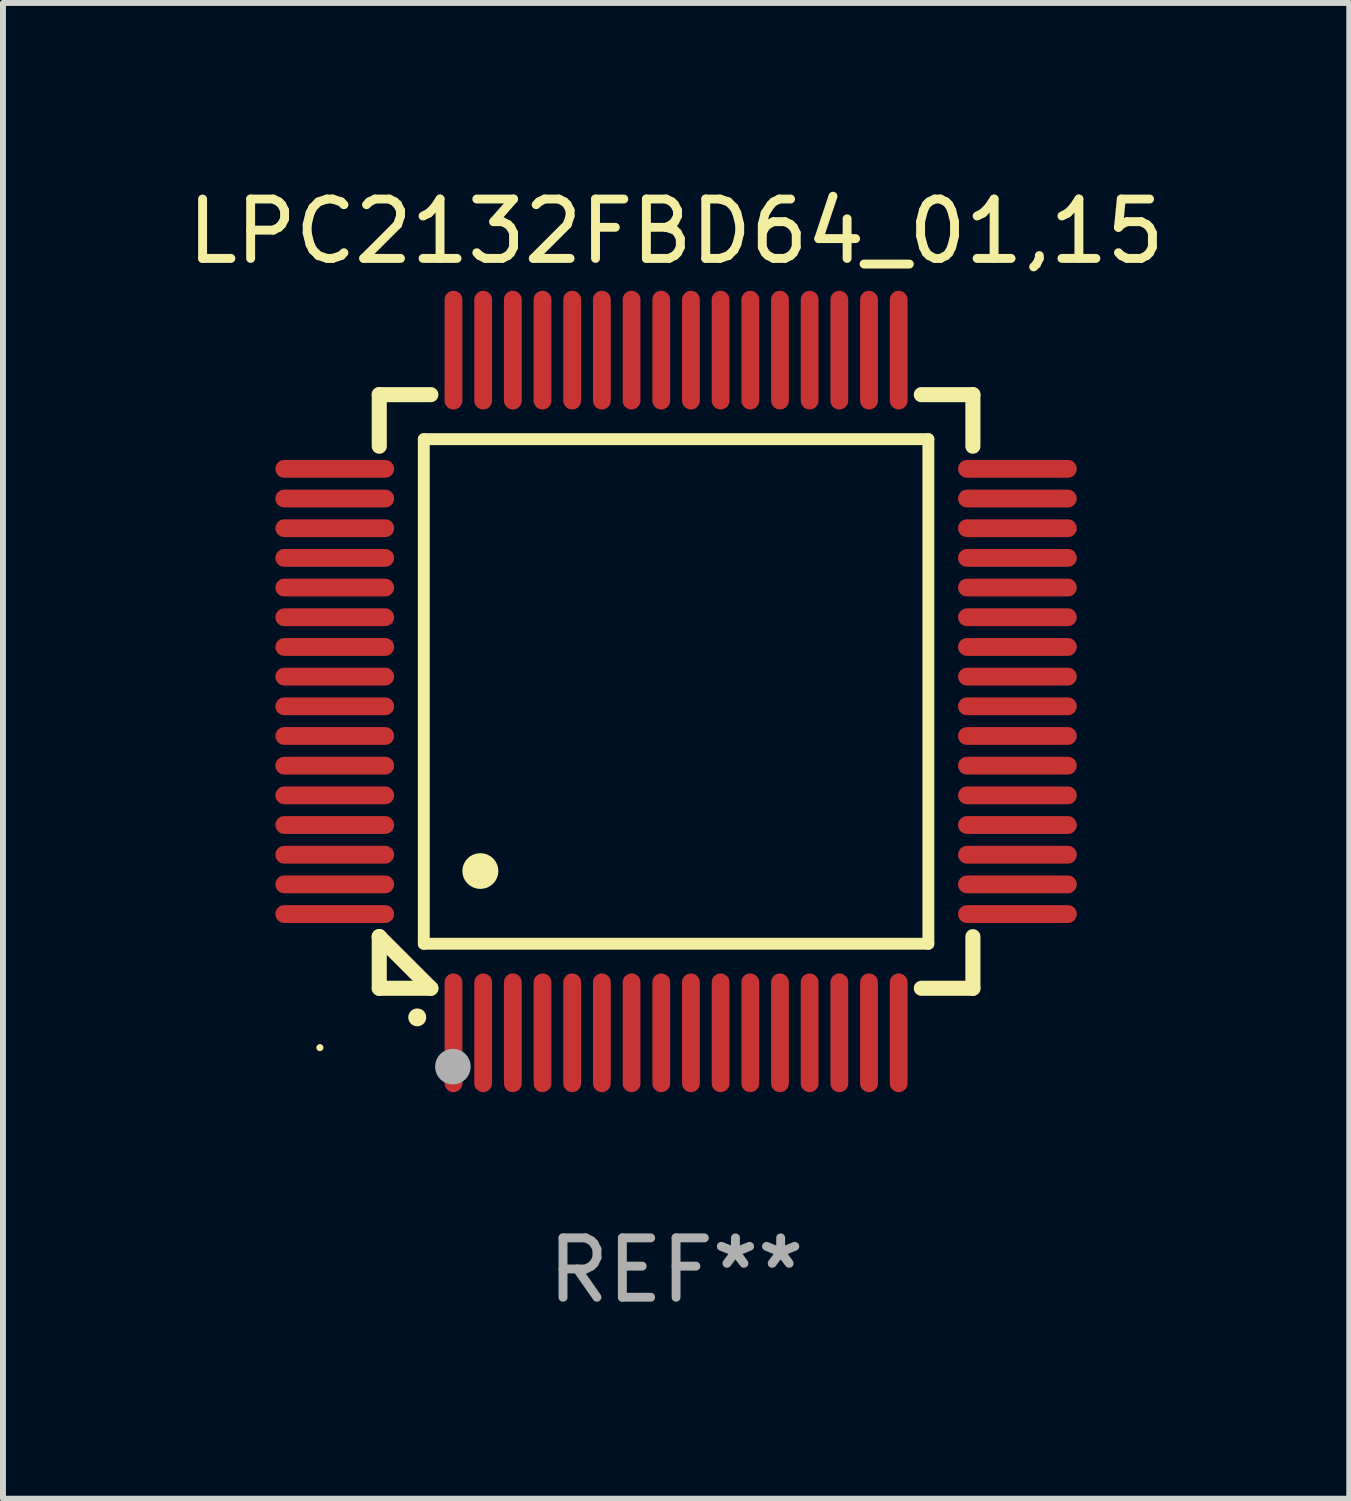
<source format=kicad_pcb>
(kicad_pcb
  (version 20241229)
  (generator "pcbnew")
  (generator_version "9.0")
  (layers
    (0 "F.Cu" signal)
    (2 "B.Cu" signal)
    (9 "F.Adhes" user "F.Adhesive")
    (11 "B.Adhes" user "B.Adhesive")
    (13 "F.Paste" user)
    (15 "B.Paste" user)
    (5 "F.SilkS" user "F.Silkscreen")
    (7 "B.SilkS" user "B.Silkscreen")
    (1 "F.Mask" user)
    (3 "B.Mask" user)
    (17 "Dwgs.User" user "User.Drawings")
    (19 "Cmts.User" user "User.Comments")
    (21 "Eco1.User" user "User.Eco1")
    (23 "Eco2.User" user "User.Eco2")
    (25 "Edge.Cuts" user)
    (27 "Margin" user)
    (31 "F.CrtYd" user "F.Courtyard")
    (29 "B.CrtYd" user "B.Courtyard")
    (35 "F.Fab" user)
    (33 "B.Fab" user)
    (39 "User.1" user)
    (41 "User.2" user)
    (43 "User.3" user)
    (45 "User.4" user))
  (footprint "LPC2132FBD64_01,15"
    (layer "F.Cu")
    (at 8.339 8.598)
    (property "Reference" "LPC2132FBD64_01,15" (at 0 -7.75 0) (layer "F.SilkS") (effects (font (size 1 1) (thickness 0.15))))
    (attr through_hole)
    (fp_line (start -5 -5) (end -4.131 -5) (stroke (width 0.254) (type solid)) (layer "F.SilkS"))
    (fp_line (start -5 -4.131) (end -5 -5) (stroke (width 0.254) (type solid)) (layer "F.SilkS"))
    (fp_line (start -5 4.131) (end -5 4.131) (stroke (width 0.254) (type solid)) (layer "F.SilkS"))
    (fp_line (start -5 5) (end -5 4.131) (stroke (width 0.254) (type solid)) (layer "F.SilkS"))
    (fp_line (start -5 4.131) (end -4.131 5) (stroke (width 0.254) (type solid)) (layer "F.SilkS"))
    (fp_line (start -4.25 -4.25) (end -4.25 4.25) (stroke (width 0.2) (type solid)) (layer "F.SilkS"))
    (fp_line (start -4.25 4.25) (end 4.25 4.25) (stroke (width 0.2) (type solid)) (layer "F.SilkS"))
    (fp_line (start -4.131 5) (end -5 5) (stroke (width 0.254) (type solid)) (layer "F.SilkS"))
    (fp_line (start 4.25 -4.25) (end -4.25 -4.25) (stroke (width 0.2) (type solid)) (layer "F.SilkS"))
    (fp_line (start 4.25 4.25) (end 4.25 -4.25) (stroke (width 0.2) (type solid)) (layer "F.SilkS"))
    (fp_line (start 5 -5) (end 4.131 -5) (stroke (width 0.254) (type solid)) (layer "F.SilkS"))
    (fp_line (start 5 -5) (end 5 -4.131) (stroke (width 0.254) (type solid)) (layer "F.SilkS"))
    (fp_line (start 5 4.131) (end 5 5) (stroke (width 0.254) (type solid)) (layer "F.SilkS"))
    (fp_line (start 5 5) (end 4.131 5) (stroke (width 0.254) (type solid)) (layer "F.SilkS"))
    (fp_arc (start -4.361265 5.489992) (mid -4.359995 5.489987) (end -4.358725 5.489992) (stroke (width 0.3) (type solid)) (layer "F.SilkS"))
    (fp_arc (start -3.299467 3.025146) (mid -3.296927 3.025135) (end -3.294387 3.025146) (stroke (width 0.6) (type solid)) (layer "F.SilkS"))
    (fp_circle (center -6 6) (end -5.97 6) (stroke (width 0.06) (type solid)) (fill no) (layer "F.SilkS"))
    (fp_circle (center -3.76 6.32) (end -3.61 6.32) (stroke (width 0.3) (type solid)) (fill no) (layer "F.Fab"))
    (fp_text user "REF**" (at 0 9.75 0) (layer "F.Fab") (effects (font (size 1 1) (thickness 0.15))))
    (pad "1" smd oval (at -3.75 5.75) (size 0.3 2) (layers "F.Cu" "F.Mask" "F.Paste"))
    (pad "2" smd oval (at -3.25 5.75) (size 0.3 2) (layers "F.Cu" "F.Mask" "F.Paste"))
    (pad "3" smd oval (at -2.75 5.75) (size 0.3 2) (layers "F.Cu" "F.Mask" "F.Paste"))
    (pad "4" smd oval (at -2.25 5.75) (size 0.3 2) (layers "F.Cu" "F.Mask" "F.Paste"))
    (pad "5" smd oval (at -1.75 5.75) (size 0.3 2) (layers "F.Cu" "F.Mask" "F.Paste"))
    (pad "6" smd oval (at -1.25 5.75) (size 0.3 2) (layers "F.Cu" "F.Mask" "F.Paste"))
    (pad "7" smd oval (at -0.75 5.75) (size 0.3 2) (layers "F.Cu" "F.Mask" "F.Paste"))
    (pad "8" smd oval (at -0.25 5.75) (size 0.3 2) (layers "F.Cu" "F.Mask" "F.Paste"))
    (pad "9" smd oval (at 0.25 5.75) (size 0.3 2) (layers "F.Cu" "F.Mask" "F.Paste"))
    (pad "10" smd oval (at 0.75 5.75) (size 0.3 2) (layers "F.Cu" "F.Mask" "F.Paste"))
    (pad "11" smd oval (at 1.25 5.75) (size 0.3 2) (layers "F.Cu" "F.Mask" "F.Paste"))
    (pad "12" smd oval (at 1.75 5.75) (size 0.3 2) (layers "F.Cu" "F.Mask" "F.Paste"))
    (pad "13" smd oval (at 2.25 5.75) (size 0.3 2) (layers "F.Cu" "F.Mask" "F.Paste"))
    (pad "14" smd oval (at 2.75 5.75) (size 0.3 2) (layers "F.Cu" "F.Mask" "F.Paste"))
    (pad "15" smd oval (at 3.25 5.75) (size 0.3 2) (layers "F.Cu" "F.Mask" "F.Paste"))
    (pad "16" smd oval (at 3.75 5.75) (size 0.3 2) (layers "F.Cu" "F.Mask" "F.Paste"))
    (pad "17" smd oval (at 5.75 3.75) (size 2 0.3) (layers "F.Cu" "F.Mask" "F.Paste"))
    (pad "18" smd oval (at 5.75 3.25) (size 2 0.3) (layers "F.Cu" "F.Mask" "F.Paste"))
    (pad "19" smd oval (at 5.75 2.75) (size 2 0.3) (layers "F.Cu" "F.Mask" "F.Paste"))
    (pad "20" smd oval (at 5.75 2.25) (size 2 0.3) (layers "F.Cu" "F.Mask" "F.Paste"))
    (pad "21" smd oval (at 5.75 1.75) (size 2 0.3) (layers "F.Cu" "F.Mask" "F.Paste"))
    (pad "22" smd oval (at 5.75 1.25) (size 2 0.3) (layers "F.Cu" "F.Mask" "F.Paste"))
    (pad "23" smd oval (at 5.75 0.75) (size 2 0.3) (layers "F.Cu" "F.Mask" "F.Paste"))
    (pad "24" smd oval (at 5.75 0.25) (size 2 0.3) (layers "F.Cu" "F.Mask" "F.Paste"))
    (pad "25" smd oval (at 5.75 -0.25) (size 2 0.3) (layers "F.Cu" "F.Mask" "F.Paste"))
    (pad "26" smd oval (at 5.75 -0.75) (size 2 0.3) (layers "F.Cu" "F.Mask" "F.Paste"))
    (pad "27" smd oval (at 5.75 -1.25) (size 2 0.3) (layers "F.Cu" "F.Mask" "F.Paste"))
    (pad "28" smd oval (at 5.75 -1.75) (size 2 0.3) (layers "F.Cu" "F.Mask" "F.Paste"))
    (pad "29" smd oval (at 5.75 -2.25) (size 2 0.3) (layers "F.Cu" "F.Mask" "F.Paste"))
    (pad "30" smd oval (at 5.75 -2.75) (size 2 0.3) (layers "F.Cu" "F.Mask" "F.Paste"))
    (pad "31" smd oval (at 5.75 -3.25) (size 2 0.3) (layers "F.Cu" "F.Mask" "F.Paste"))
    (pad "32" smd oval (at 5.75 -3.75) (size 2 0.3) (layers "F.Cu" "F.Mask" "F.Paste"))
    (pad "33" smd oval (at 3.75 -5.75) (size 0.3 2) (layers "F.Cu" "F.Mask" "F.Paste"))
    (pad "34" smd oval (at 3.25 -5.75) (size 0.3 2) (layers "F.Cu" "F.Mask" "F.Paste"))
    (pad "35" smd oval (at 2.75 -5.75) (size 0.3 2) (layers "F.Cu" "F.Mask" "F.Paste"))
    (pad "36" smd oval (at 2.25 -5.75) (size 0.3 2) (layers "F.Cu" "F.Mask" "F.Paste"))
    (pad "37" smd oval (at 1.75 -5.75) (size 0.3 2) (layers "F.Cu" "F.Mask" "F.Paste"))
    (pad "38" smd oval (at 1.25 -5.75) (size 0.3 2) (layers "F.Cu" "F.Mask" "F.Paste"))
    (pad "39" smd oval (at 0.75 -5.75) (size 0.3 2) (layers "F.Cu" "F.Mask" "F.Paste"))
    (pad "40" smd oval (at 0.25 -5.75) (size 0.3 2) (layers "F.Cu" "F.Mask" "F.Paste"))
    (pad "41" smd oval (at -0.25 -5.75) (size 0.3 2) (layers "F.Cu" "F.Mask" "F.Paste"))
    (pad "42" smd oval (at -0.75 -5.75) (size 0.3 2) (layers "F.Cu" "F.Mask" "F.Paste"))
    (pad "43" smd oval (at -1.25 -5.75) (size 0.3 2) (layers "F.Cu" "F.Mask" "F.Paste"))
    (pad "44" smd oval (at -1.75 -5.75) (size 0.3 2) (layers "F.Cu" "F.Mask" "F.Paste"))
    (pad "45" smd oval (at -2.25 -5.75) (size 0.3 2) (layers "F.Cu" "F.Mask" "F.Paste"))
    (pad "46" smd oval (at -2.75 -5.75) (size 0.3 2) (layers "F.Cu" "F.Mask" "F.Paste"))
    (pad "47" smd oval (at -3.25 -5.75) (size 0.3 2) (layers "F.Cu" "F.Mask" "F.Paste"))
    (pad "48" smd oval (at -3.75 -5.75) (size 0.3 2) (layers "F.Cu" "F.Mask" "F.Paste"))
    (pad "49" smd oval (at -5.75 -3.75) (size 2 0.3) (layers "F.Cu" "F.Mask" "F.Paste"))
    (pad "50" smd oval (at -5.75 -3.25) (size 2 0.3) (layers "F.Cu" "F.Mask" "F.Paste"))
    (pad "51" smd oval (at -5.75 -2.75) (size 2 0.3) (layers "F.Cu" "F.Mask" "F.Paste"))
    (pad "52" smd oval (at -5.75 -2.25) (size 2 0.3) (layers "F.Cu" "F.Mask" "F.Paste"))
    (pad "53" smd oval (at -5.75 -1.75) (size 2 0.3) (layers "F.Cu" "F.Mask" "F.Paste"))
    (pad "54" smd oval (at -5.75 -1.25) (size 2 0.3) (layers "F.Cu" "F.Mask" "F.Paste"))
    (pad "55" smd oval (at -5.75 -0.75) (size 2 0.3) (layers "F.Cu" "F.Mask" "F.Paste"))
    (pad "56" smd oval (at -5.75 -0.25) (size 2 0.3) (layers "F.Cu" "F.Mask" "F.Paste"))
    (pad "57" smd oval (at -5.75 0.25) (size 2 0.3) (layers "F.Cu" "F.Mask" "F.Paste"))
    (pad "58" smd oval (at -5.75 0.75) (size 2 0.3) (layers "F.Cu" "F.Mask" "F.Paste"))
    (pad "59" smd oval (at -5.75 1.25) (size 2 0.3) (layers "F.Cu" "F.Mask" "F.Paste"))
    (pad "60" smd oval (at -5.75 1.75) (size 2 0.3) (layers "F.Cu" "F.Mask" "F.Paste"))
    (pad "61" smd oval (at -5.75 2.25) (size 2 0.3) (layers "F.Cu" "F.Mask" "F.Paste"))
    (pad "62" smd oval (at -5.75 2.75) (size 2 0.3) (layers "F.Cu" "F.Mask" "F.Paste"))
    (pad "63" smd oval (at -5.75 3.25) (size 2 0.3) (layers "F.Cu" "F.Mask" "F.Paste"))
    (pad "64" smd oval (at -5.75 3.75) (size 2 0.3) (layers "F.Cu" "F.Mask" "F.Paste")))
  (gr_rect
    (start -3 -3)
    (end 19.679 22.196)
    (stroke (width 0.1) (type default))
    (fill no)
    (layer "Edge.Cuts")))
</source>
